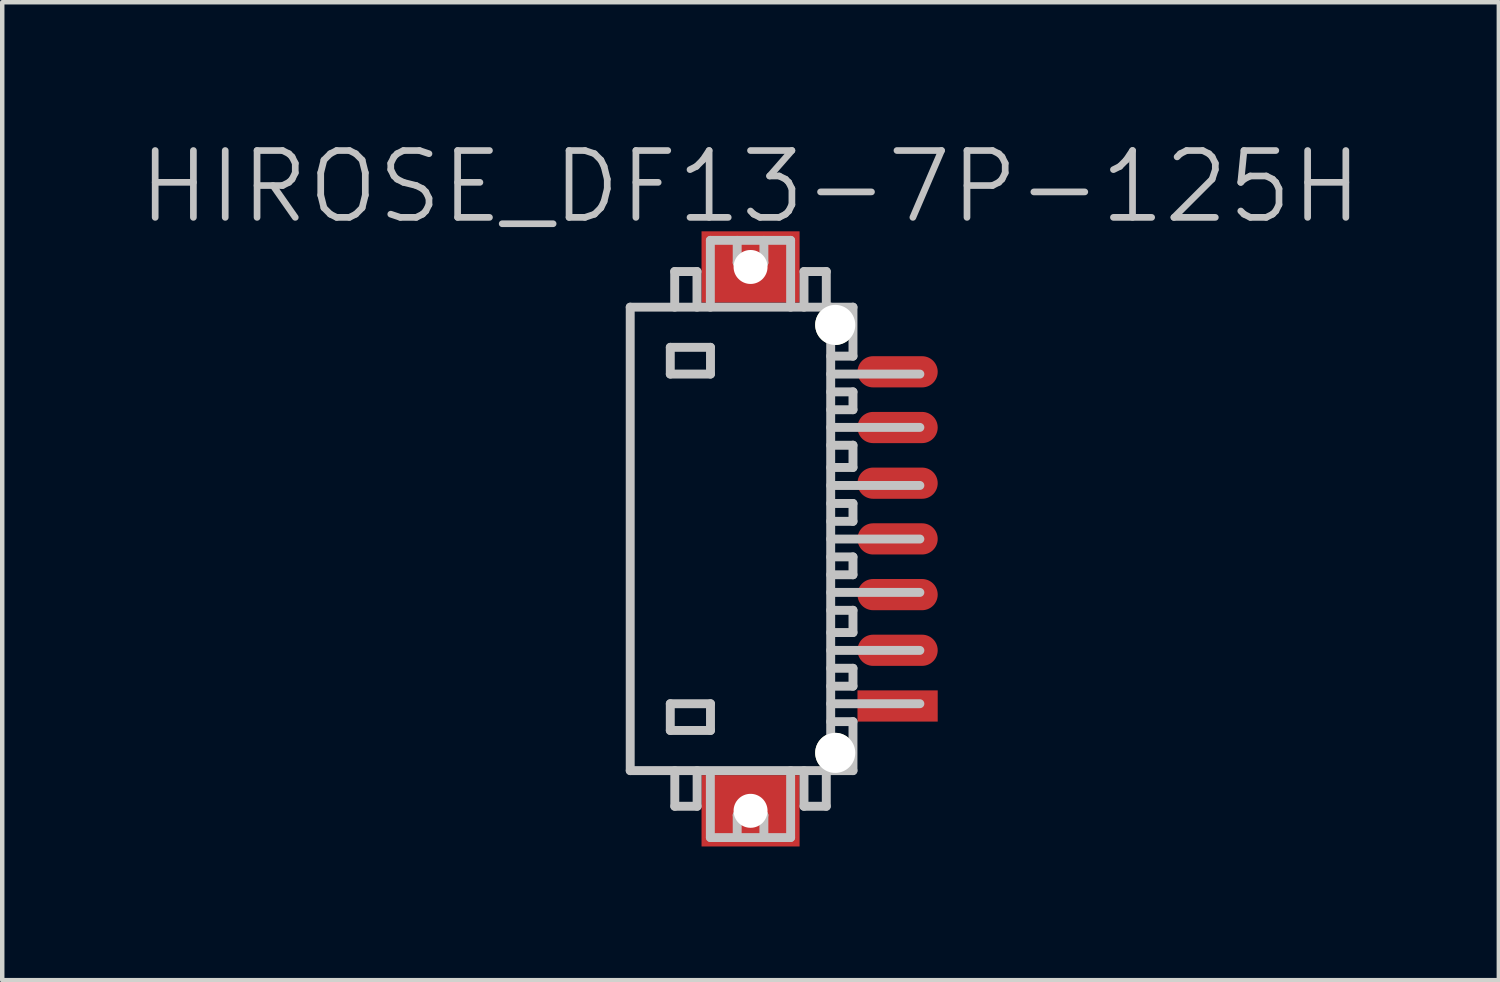
<source format=kicad_pcb>
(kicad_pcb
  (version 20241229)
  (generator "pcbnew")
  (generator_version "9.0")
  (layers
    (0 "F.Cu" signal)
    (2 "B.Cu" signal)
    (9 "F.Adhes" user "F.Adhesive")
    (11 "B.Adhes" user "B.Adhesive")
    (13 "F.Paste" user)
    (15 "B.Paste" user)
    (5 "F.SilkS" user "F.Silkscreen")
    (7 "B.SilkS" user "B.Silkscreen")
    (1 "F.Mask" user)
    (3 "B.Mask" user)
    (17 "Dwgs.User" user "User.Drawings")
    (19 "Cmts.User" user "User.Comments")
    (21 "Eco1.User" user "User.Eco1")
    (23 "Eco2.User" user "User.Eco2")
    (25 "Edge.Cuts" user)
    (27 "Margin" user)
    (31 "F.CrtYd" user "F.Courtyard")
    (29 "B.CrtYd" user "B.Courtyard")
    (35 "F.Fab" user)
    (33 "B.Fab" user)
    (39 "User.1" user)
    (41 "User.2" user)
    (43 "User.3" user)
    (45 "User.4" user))
  (footprint "HIROSE_DF13-7P-125H"
    (layer "F.Cu")
    (at 13.789 9.041)
    (property "Reference" "HIROSE_DF13-7P-125H" (at 0 -7.9 180) (layer "Dwgs.User") (effects (font (size 1.5 1.5) (thickness 0.15))))
    (attr smd)
    (fp_line (start -2.699 -5.199) (end -2.699 5.199) (stroke (width 0.2) (type solid)) (layer "Dwgs.User"))
    (fp_line (start -2.699 -5.199) (end 2.299 -5.199) (stroke (width 0.2) (type solid)) (layer "Dwgs.User"))
    (fp_line (start -1.8 -4.298) (end -1.8 -3.698) (stroke (width 0.2) (type solid)) (layer "Dwgs.User"))
    (fp_line (start -1.8 -3.698) (end -0.898 -3.698) (stroke (width 0.2) (type solid)) (layer "Dwgs.User"))
    (fp_line (start -1.8 3.698) (end -0.898 3.698) (stroke (width 0.2) (type solid)) (layer "Dwgs.User"))
    (fp_line (start -1.8 4.298) (end -1.8 3.698) (stroke (width 0.2) (type solid)) (layer "Dwgs.User"))
    (fp_line (start -1.701 -5.999) (end -1.701 -5.199) (stroke (width 0.2) (type solid)) (layer "Dwgs.User"))
    (fp_line (start -1.699 5.999) (end -1.699 5.199) (stroke (width 0.2) (type solid)) (layer "Dwgs.User"))
    (fp_line (start -1.201 -5.999) (end -1.701 -5.999) (stroke (width 0.2) (type solid)) (layer "Dwgs.User"))
    (fp_line (start -1.201 -5.199) (end -1.201 -5.999) (stroke (width 0.2) (type solid)) (layer "Dwgs.User"))
    (fp_line (start -1.198 5.199) (end -1.198 5.999) (stroke (width 0.2) (type solid)) (layer "Dwgs.User"))
    (fp_line (start -1.198 5.999) (end -1.699 5.999) (stroke (width 0.2) (type solid)) (layer "Dwgs.User"))
    (fp_line (start -0.901 -6.698) (end -0.901 -5.199) (stroke (width 0.2) (type solid)) (layer "Dwgs.User"))
    (fp_line (start -0.901 6.698) (end -0.901 5.298) (stroke (width 0.2) (type solid)) (layer "Dwgs.User"))
    (fp_line (start -0.898 -4.298) (end -1.8 -4.298) (stroke (width 0.2) (type solid)) (layer "Dwgs.User"))
    (fp_line (start -0.898 -3.698) (end -0.898 -4.298) (stroke (width 0.2) (type solid)) (layer "Dwgs.User"))
    (fp_line (start -0.898 3.698) (end -0.898 4.298) (stroke (width 0.2) (type solid)) (layer "Dwgs.User"))
    (fp_line (start -0.898 4.298) (end -1.8 4.298) (stroke (width 0.2) (type solid)) (layer "Dwgs.User"))
    (fp_line (start -0.299 -6.198) (end -0.299 -6.698) (stroke (width 0.2) (type solid)) (layer "Dwgs.User"))
    (fp_line (start -0.299 -6.198) (end 0.3 -6.198) (stroke (width 0.2) (type solid)) (layer "Dwgs.User"))
    (fp_line (start -0.299 6.2) (end 0.3 6.2) (stroke (width 0.2) (type solid)) (layer "Dwgs.User"))
    (fp_line (start -0.299 6.701) (end -0.299 6.2) (stroke (width 0.2) (type solid)) (layer "Dwgs.User"))
    (fp_line (start 0.3 -6.198) (end 0.3 -6.698) (stroke (width 0.2) (type solid)) (layer "Dwgs.User"))
    (fp_line (start 0.3 6.701) (end 0.3 6.2) (stroke (width 0.2) (type solid)) (layer "Dwgs.User"))
    (fp_line (start 0.9 -6.698) (end -0.901 -6.698) (stroke (width 0.2) (type solid)) (layer "Dwgs.User"))
    (fp_line (start 0.9 -5.199) (end 0.9 -6.698) (stroke (width 0.2) (type solid)) (layer "Dwgs.User"))
    (fp_line (start 0.9 6.698) (end 0.9 5.199) (stroke (width 0.2) (type solid)) (layer "Dwgs.User"))
    (fp_line (start 0.9 6.701) (end -0.901 6.701) (stroke (width 0.2) (type solid)) (layer "Dwgs.User"))
    (fp_line (start 1.2 -5.199) (end 1.2 -5.999) (stroke (width 0.2) (type solid)) (layer "Dwgs.User"))
    (fp_line (start 1.2 5.999) (end 1.2 5.199) (stroke (width 0.2) (type solid)) (layer "Dwgs.User"))
    (fp_line (start 1.7 -5.999) (end 1.2 -5.999) (stroke (width 0.2) (type solid)) (layer "Dwgs.User"))
    (fp_line (start 1.7 -5.999) (end 1.7 -5.199) (stroke (width 0.2) (type solid)) (layer "Dwgs.User"))
    (fp_line (start 1.7 5.199) (end 1.7 5.999) (stroke (width 0.2) (type solid)) (layer "Dwgs.User"))
    (fp_line (start 1.7 5.999) (end 1.2 5.999) (stroke (width 0.2) (type solid)) (layer "Dwgs.User"))
    (fp_line (start 1.799 -5.199) (end 1.799 5.199) (stroke (width 0.2) (type solid)) (layer "Dwgs.User"))
    (fp_line (start 1.799 -2.502) (end 3.8 -2.502) (stroke (width 0.2) (type solid)) (layer "Dwgs.User"))
    (fp_line (start 1.799 -2.101) (end 2.299 -2.101) (stroke (width 0.2) (type solid)) (layer "Dwgs.User"))
    (fp_line (start 1.799 -1.199) (end 3.8 -1.199) (stroke (width 0.2) (type solid)) (layer "Dwgs.User"))
    (fp_line (start 1.799 0.003) (end 3.8 0.003) (stroke (width 0.2) (type solid)) (layer "Dwgs.User"))
    (fp_line (start 1.799 1.201) (end 3.8 1.201) (stroke (width 0.2) (type solid)) (layer "Dwgs.User"))
    (fp_line (start 1.799 1.603) (end 2.299 1.603) (stroke (width 0.2) (type solid)) (layer "Dwgs.User"))
    (fp_line (start 1.799 2.502) (end 3.8 2.502) (stroke (width 0.2) (type solid)) (layer "Dwgs.User"))
    (fp_line (start 1.799 3.698) (end 3.8 3.698) (stroke (width 0.2) (type solid)) (layer "Dwgs.User"))
    (fp_line (start 2.299 -4.1) (end 1.799 -4.1) (stroke (width 0.2) (type solid)) (layer "Dwgs.User"))
    (fp_line (start 2.299 -4.1) (end 2.299 -5.199) (stroke (width 0.2) (type solid)) (layer "Dwgs.User"))
    (fp_line (start 2.299 -3.299) (end 1.799 -3.299) (stroke (width 0.2) (type solid)) (layer "Dwgs.User"))
    (fp_line (start 2.299 -2.898) (end 1.799 -2.898) (stroke (width 0.2) (type solid)) (layer "Dwgs.User"))
    (fp_line (start 2.299 -2.898) (end 2.299 -3.299) (stroke (width 0.2) (type solid)) (layer "Dwgs.User"))
    (fp_line (start 2.299 -2.103) (end 2.299 -1.603) (stroke (width 0.2) (type solid)) (layer "Dwgs.User"))
    (fp_line (start 2.299 -1.603) (end 1.799 -1.603) (stroke (width 0.2) (type solid)) (layer "Dwgs.User"))
    (fp_line (start 2.299 -0.795) (end 1.799 -0.795) (stroke (width 0.2) (type solid)) (layer "Dwgs.User"))
    (fp_line (start 2.299 -0.394) (end 1.799 -0.394) (stroke (width 0.2) (type solid)) (layer "Dwgs.User"))
    (fp_line (start 2.299 -0.394) (end 2.299 -0.795) (stroke (width 0.2) (type solid)) (layer "Dwgs.User"))
    (fp_line (start 2.299 0.404) (end 1.799 0.404) (stroke (width 0.2) (type solid)) (layer "Dwgs.User"))
    (fp_line (start 2.299 0.805) (end 1.799 0.805) (stroke (width 0.2) (type solid)) (layer "Dwgs.User"))
    (fp_line (start 2.299 0.805) (end 2.299 0.404) (stroke (width 0.2) (type solid)) (layer "Dwgs.User"))
    (fp_line (start 2.299 1.6) (end 2.299 2.101) (stroke (width 0.2) (type solid)) (layer "Dwgs.User"))
    (fp_line (start 2.299 2.101) (end 1.799 2.101) (stroke (width 0.2) (type solid)) (layer "Dwgs.User"))
    (fp_line (start 2.299 2.903) (end 1.799 2.903) (stroke (width 0.2) (type solid)) (layer "Dwgs.User"))
    (fp_line (start 2.299 3.305) (end 1.799 3.305) (stroke (width 0.2) (type solid)) (layer "Dwgs.User"))
    (fp_line (start 2.299 3.305) (end 2.299 2.903) (stroke (width 0.2) (type solid)) (layer "Dwgs.User"))
    (fp_line (start 2.299 4.1) (end 1.799 4.1) (stroke (width 0.2) (type solid)) (layer "Dwgs.User"))
    (fp_line (start 2.299 5.199) (end -2.699 5.199) (stroke (width 0.2) (type solid)) (layer "Dwgs.User"))
    (fp_line (start 2.299 5.199) (end 2.299 4.1) (stroke (width 0.2) (type solid)) (layer "Dwgs.User"))
    (fp_line (start 3.8 -3.698) (end 1.799 -3.698) (stroke (width 0.2) (type solid)) (layer "Dwgs.User"))
    (pad "" np_thru_hole rect (at 0.001 -6.101 270) (size 1.6 2.2) (drill 0.762) (layers "F.Cu" "F.Mask" "F.Paste"))
    (pad "" np_thru_hole rect (at 0.001 6.101 270) (size 1.6 2.2) (drill 0.762) (layers "F.Cu" "F.Mask" "F.Paste"))
    (pad "" np_thru_hole circle (at 1.901 -4.801 270) (size 0.899 0.899) (drill 0.899) (layers "*.Cu" "*.Mask" "F.SilkS"))
    (pad "" np_thru_hole circle (at 1.901 4.801 270) (size 0.899 0.899) (drill 0.899) (layers "*.Cu" "*.Mask" "F.SilkS"))
    (pad "1" smd rect (at 3.3 3.749 270) (size 0.7 1.8) (layers "F.Cu" "F.Mask" "F.Paste"))
    (pad "2" smd oval (at 3.3 2.499 270) (size 0.7 1.8) (layers "F.Cu" "F.Mask" "F.Paste"))
    (pad "3" smd oval (at 3.3 1.25 270) (size 0.7 1.8) (layers "F.Cu" "F.Mask" "F.Paste"))
    (pad "4" smd oval (at 3.3 0 270) (size 0.7 1.8) (layers "F.Cu" "F.Mask" "F.Paste"))
    (pad "5" smd oval (at 3.3 -1.25 270) (size 0.7 1.8) (layers "F.Cu" "F.Mask" "F.Paste"))
    (pad "6" smd oval (at 3.3 -2.499 270) (size 0.7 1.8) (layers "F.Cu" "F.Mask" "F.Paste"))
    (pad "7" smd oval (at 3.3 -3.749 270) (size 0.7 1.8) (layers "F.Cu" "F.Mask" "F.Paste")))
  (gr_rect
    (start -3 -3)
    (end 30.579 18.942)
    (stroke (width 0.1) (type default))
    (fill no)
    (layer "Edge.Cuts")))
</source>
